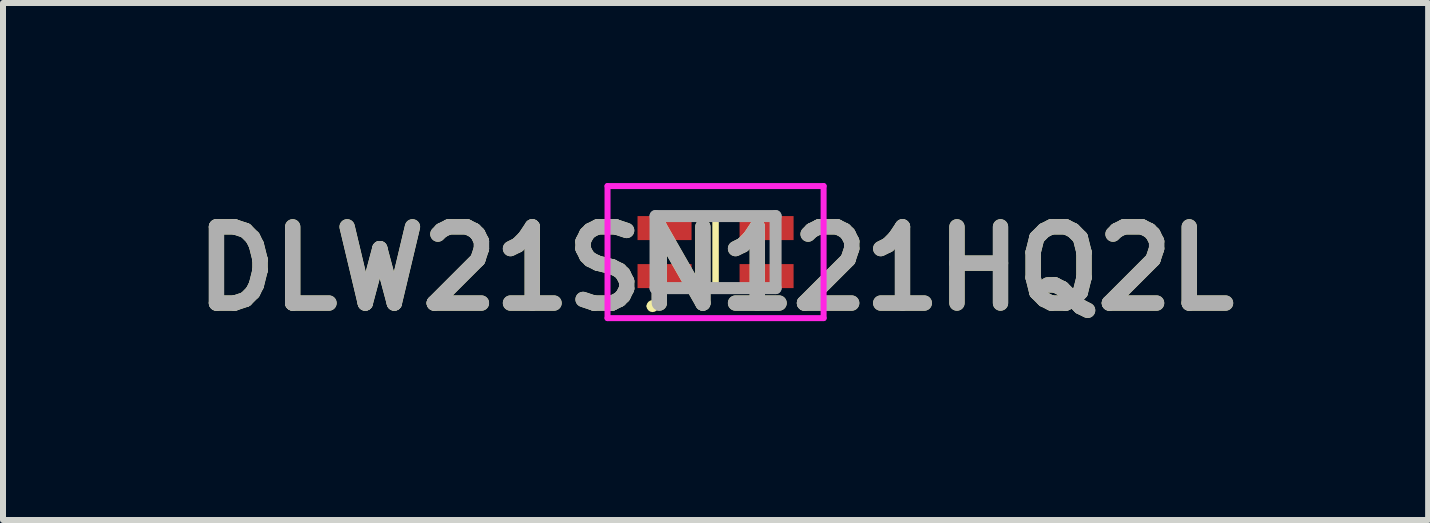
<source format=kicad_pcb>
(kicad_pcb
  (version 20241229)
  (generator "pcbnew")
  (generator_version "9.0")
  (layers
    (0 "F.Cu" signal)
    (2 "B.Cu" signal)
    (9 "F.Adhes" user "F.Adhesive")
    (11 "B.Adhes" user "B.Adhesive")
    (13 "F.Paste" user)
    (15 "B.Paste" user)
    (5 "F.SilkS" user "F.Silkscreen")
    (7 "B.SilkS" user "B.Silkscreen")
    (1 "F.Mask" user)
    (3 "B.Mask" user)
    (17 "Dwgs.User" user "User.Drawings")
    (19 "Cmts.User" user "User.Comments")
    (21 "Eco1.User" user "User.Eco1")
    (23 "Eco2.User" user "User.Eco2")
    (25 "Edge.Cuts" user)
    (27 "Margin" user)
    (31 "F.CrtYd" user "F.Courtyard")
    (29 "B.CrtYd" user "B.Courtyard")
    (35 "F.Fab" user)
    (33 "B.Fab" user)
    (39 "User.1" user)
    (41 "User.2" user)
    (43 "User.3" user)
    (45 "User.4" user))
  (footprint "DLW21SN121HQ2L"
    (layer "F.Cu")
    (at 8.872 1.15)
    (property "Reference" "DLW21SN121HQ2L" (at 0 0.275 0) (layer "F.SilkS") (effects (font (size 1.27 1.27) (thickness 0.254))))
    (attr smd)
    (fp_line (start 0 -0.6) (end 0 0.6) (stroke (width 0.1) (type solid)) (layer "F.SilkS"))
    (fp_line (start 0 0.6) (end 0 -0.6) (stroke (width 0.1) (type solid)) (layer "F.SilkS"))
    (fp_arc (start -1.1 0.9) (mid -1.05 0.85) (end -1 0.9) (stroke (width 0.1) (type solid)) (layer "F.SilkS"))
    (fp_arc (start -1 0.9) (mid -1.05 0.95) (end -1.1 0.9) (stroke (width 0.1) (type solid)) (layer "F.SilkS"))
    (fp_line (start -1.8 -1.1) (end 1.8 -1.1) (stroke (width 0.1) (type solid)) (layer "F.CrtYd"))
    (fp_line (start -1.8 1.1) (end -1.8 -1.1) (stroke (width 0.1) (type solid)) (layer "F.CrtYd"))
    (fp_line (start 1.8 -1.1) (end 1.8 1.1) (stroke (width 0.1) (type solid)) (layer "F.CrtYd"))
    (fp_line (start 1.8 1.1) (end -1.8 1.1) (stroke (width 0.1) (type solid)) (layer "F.CrtYd"))
    (fp_line (start -1 -0.6) (end 1 -0.6) (stroke (width 0.2) (type solid)) (layer "F.Fab"))
    (fp_line (start -1 0.6) (end -1 -0.6) (stroke (width 0.2) (type solid)) (layer "F.Fab"))
    (fp_line (start 1 -0.6) (end 1 0.6) (stroke (width 0.2) (type solid)) (layer "F.Fab"))
    (fp_line (start 1 0.6) (end -1 0.6) (stroke (width 0.2) (type solid)) (layer "F.Fab"))
    (fp_text user "${REFERENCE}" (at 0 0.275 0) (layer "F.Fab") (effects (font (size 1.27 1.27) (thickness 0.254))))
    (pad "1" smd rect (at -0.85 0.4 90) (size 0.4 0.9) (layers "F.Cu" "F.Mask" "F.Paste"))
    (pad "2" smd rect (at 0.85 0.4 90) (size 0.4 0.9) (layers "F.Cu" "F.Mask" "F.Paste"))
    (pad "3" smd rect (at 0.85 -0.4 90) (size 0.4 0.9) (layers "F.Cu" "F.Mask" "F.Paste"))
    (pad "4" smd rect (at -0.85 -0.4 90) (size 0.4 0.9) (layers "F.Cu" "F.Mask" "F.Paste")))
  (gr_rect
    (start -3 -3)
    (end 20.744 5.614)
    (stroke (width 0.1) (type default))
    (fill no)
    (layer "Edge.Cuts")))
</source>
